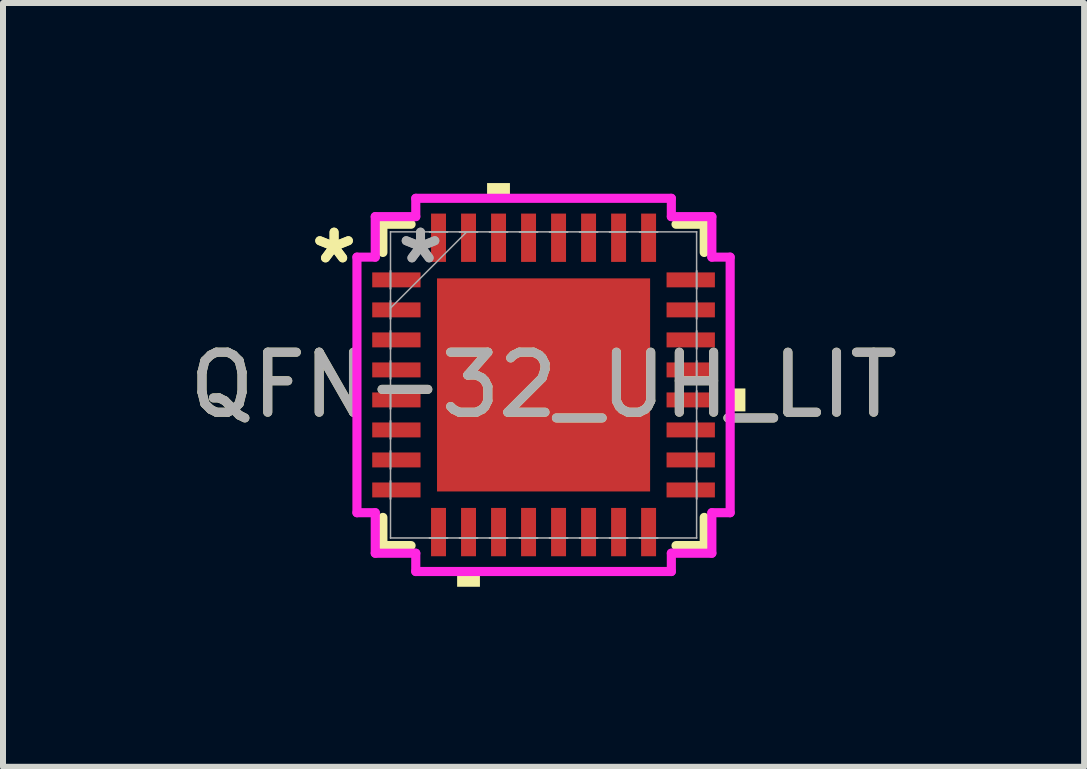
<source format=kicad_pcb>
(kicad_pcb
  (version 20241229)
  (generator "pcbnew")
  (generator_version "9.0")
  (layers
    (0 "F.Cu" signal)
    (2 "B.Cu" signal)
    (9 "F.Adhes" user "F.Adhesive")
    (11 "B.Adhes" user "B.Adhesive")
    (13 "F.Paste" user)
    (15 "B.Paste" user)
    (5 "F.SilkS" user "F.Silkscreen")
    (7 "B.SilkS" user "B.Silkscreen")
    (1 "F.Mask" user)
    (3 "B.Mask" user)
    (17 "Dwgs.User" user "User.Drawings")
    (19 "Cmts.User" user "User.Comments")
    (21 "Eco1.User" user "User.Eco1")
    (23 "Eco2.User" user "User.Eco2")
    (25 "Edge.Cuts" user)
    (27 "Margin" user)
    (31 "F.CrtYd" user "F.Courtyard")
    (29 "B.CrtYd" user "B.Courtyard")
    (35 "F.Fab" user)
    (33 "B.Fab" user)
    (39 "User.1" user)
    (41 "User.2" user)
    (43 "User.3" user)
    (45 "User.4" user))
  (footprint "QFN-32_UH_LIT"
    (layer "F.Cu")
    (at 6.006 3.363)
    (property "Reference" "QFN-32_UH_LIT" (at 0 0 0) (unlocked yes) (layer "F.SilkS") (effects (font (size 1 1) (thickness 0.15))))
    (attr smd)
    (fp_line (start -2.677 -2.677) (end -2.677 -2.207) (stroke (width 0.152) (type solid)) (layer "F.SilkS"))
    (fp_line (start -2.677 2.207) (end -2.677 2.677) (stroke (width 0.152) (type solid)) (layer "F.SilkS"))
    (fp_line (start -2.677 2.677) (end -2.207 2.677) (stroke (width 0.152) (type solid)) (layer "F.SilkS"))
    (fp_line (start -2.207 -2.677) (end -2.677 -2.677) (stroke (width 0.152) (type solid)) (layer "F.SilkS"))
    (fp_line (start 2.207 2.677) (end 2.677 2.677) (stroke (width 0.152) (type solid)) (layer "F.SilkS"))
    (fp_line (start 2.677 -2.677) (end 2.207 -2.677) (stroke (width 0.152) (type solid)) (layer "F.SilkS"))
    (fp_line (start 2.677 -2.207) (end 2.677 -2.677) (stroke (width 0.152) (type solid)) (layer "F.SilkS"))
    (fp_line (start 2.677 2.677) (end 2.677 2.207) (stroke (width 0.152) (type solid)) (layer "F.SilkS"))
    (fp_poly (pts (xy -1.44 3.109) (xy -1.44 3.363) (xy -1.06 3.363) (xy -1.06 3.109)) (stroke (width 0) (type solid)) (fill yes) (layer "F.SilkS"))
    (fp_poly (pts (xy -0.941 -3.109) (xy -0.941 -3.363) (xy -0.56 -3.363) (xy -0.56 -3.109)) (stroke (width 0) (type solid)) (fill yes) (layer "F.SilkS"))
    (fp_poly (pts (xy 3.363 0.059) (xy 3.363 0.441) (xy 3.109 0.441) (xy 3.109 0.059)) (stroke (width 0) (type solid)) (fill yes) (layer "F.SilkS"))
    (fp_poly (pts (xy -1.675 -1.675) (xy -1.675 -0.1) (xy -0.1 -0.1) (xy -0.1 -1.675)) (stroke (width 0) (type solid)) (fill yes) (layer "F.Paste"))
    (fp_poly (pts (xy -1.675 0.1) (xy -1.675 1.675) (xy -0.1 1.675) (xy -0.1 0.1)) (stroke (width 0) (type solid)) (fill yes) (layer "F.Paste"))
    (fp_poly (pts (xy 0.1 -1.675) (xy 0.1 -0.1) (xy 1.675 -0.1) (xy 1.675 -1.675)) (stroke (width 0) (type solid)) (fill yes) (layer "F.Paste"))
    (fp_poly (pts (xy 0.1 0.1) (xy 0.1 1.675) (xy 1.675 1.675) (xy 1.675 0.1)) (stroke (width 0) (type solid)) (fill yes) (layer "F.Paste"))
    (fp_line (start -3.109 -2.129) (end -2.804 -2.129) (stroke (width 0.152) (type solid)) (layer "F.CrtYd"))
    (fp_line (start -3.109 2.129) (end -3.109 -2.129) (stroke (width 0.152) (type solid)) (layer "F.CrtYd"))
    (fp_line (start -2.804 -2.804) (end -2.129 -2.804) (stroke (width 0.152) (type solid)) (layer "F.CrtYd"))
    (fp_line (start -2.804 -2.129) (end -2.804 -2.804) (stroke (width 0.152) (type solid)) (layer "F.CrtYd"))
    (fp_line (start -2.804 2.129) (end -3.109 2.129) (stroke (width 0.152) (type solid)) (layer "F.CrtYd"))
    (fp_line (start -2.804 2.804) (end -2.804 2.129) (stroke (width 0.152) (type solid)) (layer "F.CrtYd"))
    (fp_line (start -2.129 -3.109) (end 2.129 -3.109) (stroke (width 0.152) (type solid)) (layer "F.CrtYd"))
    (fp_line (start -2.129 -2.804) (end -2.129 -3.109) (stroke (width 0.152) (type solid)) (layer "F.CrtYd"))
    (fp_line (start -2.129 2.804) (end -2.804 2.804) (stroke (width 0.152) (type solid)) (layer "F.CrtYd"))
    (fp_line (start -2.129 3.109) (end -2.129 2.804) (stroke (width 0.152) (type solid)) (layer "F.CrtYd"))
    (fp_line (start 2.129 -3.109) (end 2.129 -2.804) (stroke (width 0.152) (type solid)) (layer "F.CrtYd"))
    (fp_line (start 2.129 -2.804) (end 2.804 -2.804) (stroke (width 0.152) (type solid)) (layer "F.CrtYd"))
    (fp_line (start 2.129 2.804) (end 2.129 3.109) (stroke (width 0.152) (type solid)) (layer "F.CrtYd"))
    (fp_line (start 2.129 3.109) (end -2.129 3.109) (stroke (width 0.152) (type solid)) (layer "F.CrtYd"))
    (fp_line (start 2.804 -2.804) (end 2.804 -2.129) (stroke (width 0.152) (type solid)) (layer "F.CrtYd"))
    (fp_line (start 2.804 -2.129) (end 3.109 -2.129) (stroke (width 0.152) (type solid)) (layer "F.CrtYd"))
    (fp_line (start 2.804 2.129) (end 2.804 2.804) (stroke (width 0.152) (type solid)) (layer "F.CrtYd"))
    (fp_line (start 2.804 2.804) (end 2.129 2.804) (stroke (width 0.152) (type solid)) (layer "F.CrtYd"))
    (fp_line (start 3.109 -2.129) (end 3.109 2.129) (stroke (width 0.152) (type solid)) (layer "F.CrtYd"))
    (fp_line (start 3.109 2.129) (end 2.804 2.129) (stroke (width 0.152) (type solid)) (layer "F.CrtYd"))
    (fp_line (start -2.55 -2.55) (end -2.55 -2.55) (stroke (width 0.025) (type solid)) (layer "F.Fab"))
    (fp_line (start -2.55 -2.55) (end -2.55 2.55) (stroke (width 0.025) (type solid)) (layer "F.Fab"))
    (fp_line (start -2.55 -1.9) (end -2.55 -1.9) (stroke (width 0.025) (type solid)) (layer "F.Fab"))
    (fp_line (start -2.55 -1.9) (end -2.55 -1.6) (stroke (width 0.025) (type solid)) (layer "F.Fab"))
    (fp_line (start -2.55 -1.6) (end -2.55 -1.9) (stroke (width 0.025) (type solid)) (layer "F.Fab"))
    (fp_line (start -2.55 -1.6) (end -2.55 -1.6) (stroke (width 0.025) (type solid)) (layer "F.Fab"))
    (fp_line (start -2.55 -1.4) (end -2.55 -1.4) (stroke (width 0.025) (type solid)) (layer "F.Fab"))
    (fp_line (start -2.55 -1.4) (end -2.55 -1.1) (stroke (width 0.025) (type solid)) (layer "F.Fab"))
    (fp_line (start -2.55 -1.28) (end -1.28 -2.55) (stroke (width 0.025) (type solid)) (layer "F.Fab"))
    (fp_line (start -2.55 -1.1) (end -2.55 -1.4) (stroke (width 0.025) (type solid)) (layer "F.Fab"))
    (fp_line (start -2.55 -1.1) (end -2.55 -1.1) (stroke (width 0.025) (type solid)) (layer "F.Fab"))
    (fp_line (start -2.55 -0.9) (end -2.55 -0.9) (stroke (width 0.025) (type solid)) (layer "F.Fab"))
    (fp_line (start -2.55 -0.9) (end -2.55 -0.6) (stroke (width 0.025) (type solid)) (layer "F.Fab"))
    (fp_line (start -2.55 -0.6) (end -2.55 -0.9) (stroke (width 0.025) (type solid)) (layer "F.Fab"))
    (fp_line (start -2.55 -0.6) (end -2.55 -0.6) (stroke (width 0.025) (type solid)) (layer "F.Fab"))
    (fp_line (start -2.55 -0.4) (end -2.55 -0.4) (stroke (width 0.025) (type solid)) (layer "F.Fab"))
    (fp_line (start -2.55 -0.4) (end -2.55 -0.1) (stroke (width 0.025) (type solid)) (layer "F.Fab"))
    (fp_line (start -2.55 -0.1) (end -2.55 -0.4) (stroke (width 0.025) (type solid)) (layer "F.Fab"))
    (fp_line (start -2.55 -0.1) (end -2.55 -0.1) (stroke (width 0.025) (type solid)) (layer "F.Fab"))
    (fp_line (start -2.55 0.1) (end -2.55 0.1) (stroke (width 0.025) (type solid)) (layer "F.Fab"))
    (fp_line (start -2.55 0.1) (end -2.55 0.4) (stroke (width 0.025) (type solid)) (layer "F.Fab"))
    (fp_line (start -2.55 0.4) (end -2.55 0.1) (stroke (width 0.025) (type solid)) (layer "F.Fab"))
    (fp_line (start -2.55 0.4) (end -2.55 0.4) (stroke (width 0.025) (type solid)) (layer "F.Fab"))
    (fp_line (start -2.55 0.6) (end -2.55 0.6) (stroke (width 0.025) (type solid)) (layer "F.Fab"))
    (fp_line (start -2.55 0.6) (end -2.55 0.9) (stroke (width 0.025) (type solid)) (layer "F.Fab"))
    (fp_line (start -2.55 0.9) (end -2.55 0.6) (stroke (width 0.025) (type solid)) (layer "F.Fab"))
    (fp_line (start -2.55 0.9) (end -2.55 0.9) (stroke (width 0.025) (type solid)) (layer "F.Fab"))
    (fp_line (start -2.55 1.1) (end -2.55 1.1) (stroke (width 0.025) (type solid)) (layer "F.Fab"))
    (fp_line (start -2.55 1.1) (end -2.55 1.4) (stroke (width 0.025) (type solid)) (layer "F.Fab"))
    (fp_line (start -2.55 1.4) (end -2.55 1.1) (stroke (width 0.025) (type solid)) (layer "F.Fab"))
    (fp_line (start -2.55 1.4) (end -2.55 1.4) (stroke (width 0.025) (type solid)) (layer "F.Fab"))
    (fp_line (start -2.55 1.6) (end -2.55 1.6) (stroke (width 0.025) (type solid)) (layer "F.Fab"))
    (fp_line (start -2.55 1.6) (end -2.55 1.9) (stroke (width 0.025) (type solid)) (layer "F.Fab"))
    (fp_line (start -2.55 1.9) (end -2.55 1.6) (stroke (width 0.025) (type solid)) (layer "F.Fab"))
    (fp_line (start -2.55 1.9) (end -2.55 1.9) (stroke (width 0.025) (type solid)) (layer "F.Fab"))
    (fp_line (start -2.55 2.55) (end -2.55 2.55) (stroke (width 0.025) (type solid)) (layer "F.Fab"))
    (fp_line (start -2.55 2.55) (end 2.55 2.55) (stroke (width 0.025) (type solid)) (layer "F.Fab"))
    (fp_line (start -1.9 -2.55) (end -1.9 -2.55) (stroke (width 0.025) (type solid)) (layer "F.Fab"))
    (fp_line (start -1.9 -2.55) (end -1.6 -2.55) (stroke (width 0.025) (type solid)) (layer "F.Fab"))
    (fp_line (start -1.9 2.55) (end -1.9 2.55) (stroke (width 0.025) (type solid)) (layer "F.Fab"))
    (fp_line (start -1.9 2.55) (end -1.6 2.55) (stroke (width 0.025) (type solid)) (layer "F.Fab"))
    (fp_line (start -1.6 -2.55) (end -1.9 -2.55) (stroke (width 0.025) (type solid)) (layer "F.Fab"))
    (fp_line (start -1.6 -2.55) (end -1.6 -2.55) (stroke (width 0.025) (type solid)) (layer "F.Fab"))
    (fp_line (start -1.6 2.55) (end -1.9 2.55) (stroke (width 0.025) (type solid)) (layer "F.Fab"))
    (fp_line (start -1.6 2.55) (end -1.6 2.55) (stroke (width 0.025) (type solid)) (layer "F.Fab"))
    (fp_line (start -1.4 -2.55) (end -1.4 -2.55) (stroke (width 0.025) (type solid)) (layer "F.Fab"))
    (fp_line (start -1.4 -2.55) (end -1.1 -2.55) (stroke (width 0.025) (type solid)) (layer "F.Fab"))
    (fp_line (start -1.4 2.55) (end -1.4 2.55) (stroke (width 0.025) (type solid)) (layer "F.Fab"))
    (fp_line (start -1.4 2.55) (end -1.1 2.55) (stroke (width 0.025) (type solid)) (layer "F.Fab"))
    (fp_line (start -1.1 -2.55) (end -1.4 -2.55) (stroke (width 0.025) (type solid)) (layer "F.Fab"))
    (fp_line (start -1.1 -2.55) (end -1.1 -2.55) (stroke (width 0.025) (type solid)) (layer "F.Fab"))
    (fp_line (start -1.1 2.55) (end -1.4 2.55) (stroke (width 0.025) (type solid)) (layer "F.Fab"))
    (fp_line (start -1.1 2.55) (end -1.1 2.55) (stroke (width 0.025) (type solid)) (layer "F.Fab"))
    (fp_line (start -0.9 -2.55) (end -0.9 -2.55) (stroke (width 0.025) (type solid)) (layer "F.Fab"))
    (fp_line (start -0.9 -2.55) (end -0.6 -2.55) (stroke (width 0.025) (type solid)) (layer "F.Fab"))
    (fp_line (start -0.9 2.55) (end -0.9 2.55) (stroke (width 0.025) (type solid)) (layer "F.Fab"))
    (fp_line (start -0.9 2.55) (end -0.6 2.55) (stroke (width 0.025) (type solid)) (layer "F.Fab"))
    (fp_line (start -0.6 -2.55) (end -0.9 -2.55) (stroke (width 0.025) (type solid)) (layer "F.Fab"))
    (fp_line (start -0.6 -2.55) (end -0.6 -2.55) (stroke (width 0.025) (type solid)) (layer "F.Fab"))
    (fp_line (start -0.6 2.55) (end -0.9 2.55) (stroke (width 0.025) (type solid)) (layer "F.Fab"))
    (fp_line (start -0.6 2.55) (end -0.6 2.55) (stroke (width 0.025) (type solid)) (layer "F.Fab"))
    (fp_line (start -0.4 -2.55) (end -0.4 -2.55) (stroke (width 0.025) (type solid)) (layer "F.Fab"))
    (fp_line (start -0.4 -2.55) (end -0.1 -2.55) (stroke (width 0.025) (type solid)) (layer "F.Fab"))
    (fp_line (start -0.4 2.55) (end -0.4 2.55) (stroke (width 0.025) (type solid)) (layer "F.Fab"))
    (fp_line (start -0.4 2.55) (end -0.1 2.55) (stroke (width 0.025) (type solid)) (layer "F.Fab"))
    (fp_line (start -0.1 -2.55) (end -0.4 -2.55) (stroke (width 0.025) (type solid)) (layer "F.Fab"))
    (fp_line (start -0.1 -2.55) (end -0.1 -2.55) (stroke (width 0.025) (type solid)) (layer "F.Fab"))
    (fp_line (start -0.1 2.55) (end -0.4 2.55) (stroke (width 0.025) (type solid)) (layer "F.Fab"))
    (fp_line (start -0.1 2.55) (end -0.1 2.55) (stroke (width 0.025) (type solid)) (layer "F.Fab"))
    (fp_line (start 0.1 -2.55) (end 0.1 -2.55) (stroke (width 0.025) (type solid)) (layer "F.Fab"))
    (fp_line (start 0.1 -2.55) (end 0.4 -2.55) (stroke (width 0.025) (type solid)) (layer "F.Fab"))
    (fp_line (start 0.1 2.55) (end 0.1 2.55) (stroke (width 0.025) (type solid)) (layer "F.Fab"))
    (fp_line (start 0.1 2.55) (end 0.4 2.55) (stroke (width 0.025) (type solid)) (layer "F.Fab"))
    (fp_line (start 0.4 -2.55) (end 0.1 -2.55) (stroke (width 0.025) (type solid)) (layer "F.Fab"))
    (fp_line (start 0.4 -2.55) (end 0.4 -2.55) (stroke (width 0.025) (type solid)) (layer "F.Fab"))
    (fp_line (start 0.4 2.55) (end 0.1 2.55) (stroke (width 0.025) (type solid)) (layer "F.Fab"))
    (fp_line (start 0.4 2.55) (end 0.4 2.55) (stroke (width 0.025) (type solid)) (layer "F.Fab"))
    (fp_line (start 0.6 -2.55) (end 0.6 -2.55) (stroke (width 0.025) (type solid)) (layer "F.Fab"))
    (fp_line (start 0.6 -2.55) (end 0.9 -2.55) (stroke (width 0.025) (type solid)) (layer "F.Fab"))
    (fp_line (start 0.6 2.55) (end 0.6 2.55) (stroke (width 0.025) (type solid)) (layer "F.Fab"))
    (fp_line (start 0.6 2.55) (end 0.9 2.55) (stroke (width 0.025) (type solid)) (layer "F.Fab"))
    (fp_line (start 0.9 -2.55) (end 0.6 -2.55) (stroke (width 0.025) (type solid)) (layer "F.Fab"))
    (fp_line (start 0.9 -2.55) (end 0.9 -2.55) (stroke (width 0.025) (type solid)) (layer "F.Fab"))
    (fp_line (start 0.9 2.55) (end 0.6 2.55) (stroke (width 0.025) (type solid)) (layer "F.Fab"))
    (fp_line (start 0.9 2.55) (end 0.9 2.55) (stroke (width 0.025) (type solid)) (layer "F.Fab"))
    (fp_line (start 1.1 -2.55) (end 1.1 -2.55) (stroke (width 0.025) (type solid)) (layer "F.Fab"))
    (fp_line (start 1.1 -2.55) (end 1.4 -2.55) (stroke (width 0.025) (type solid)) (layer "F.Fab"))
    (fp_line (start 1.1 2.55) (end 1.1 2.55) (stroke (width 0.025) (type solid)) (layer "F.Fab"))
    (fp_line (start 1.1 2.55) (end 1.4 2.55) (stroke (width 0.025) (type solid)) (layer "F.Fab"))
    (fp_line (start 1.4 -2.55) (end 1.1 -2.55) (stroke (width 0.025) (type solid)) (layer "F.Fab"))
    (fp_line (start 1.4 -2.55) (end 1.4 -2.55) (stroke (width 0.025) (type solid)) (layer "F.Fab"))
    (fp_line (start 1.4 2.55) (end 1.1 2.55) (stroke (width 0.025) (type solid)) (layer "F.Fab"))
    (fp_line (start 1.4 2.55) (end 1.4 2.55) (stroke (width 0.025) (type solid)) (layer "F.Fab"))
    (fp_line (start 1.6 -2.55) (end 1.6 -2.55) (stroke (width 0.025) (type solid)) (layer "F.Fab"))
    (fp_line (start 1.6 -2.55) (end 1.9 -2.55) (stroke (width 0.025) (type solid)) (layer "F.Fab"))
    (fp_line (start 1.6 2.55) (end 1.6 2.55) (stroke (width 0.025) (type solid)) (layer "F.Fab"))
    (fp_line (start 1.6 2.55) (end 1.9 2.55) (stroke (width 0.025) (type solid)) (layer "F.Fab"))
    (fp_line (start 1.9 -2.55) (end 1.6 -2.55) (stroke (width 0.025) (type solid)) (layer "F.Fab"))
    (fp_line (start 1.9 -2.55) (end 1.9 -2.55) (stroke (width 0.025) (type solid)) (layer "F.Fab"))
    (fp_line (start 1.9 2.55) (end 1.6 2.55) (stroke (width 0.025) (type solid)) (layer "F.Fab"))
    (fp_line (start 1.9 2.55) (end 1.9 2.55) (stroke (width 0.025) (type solid)) (layer "F.Fab"))
    (fp_line (start 2.55 -2.55) (end -2.55 -2.55) (stroke (width 0.025) (type solid)) (layer "F.Fab"))
    (fp_line (start 2.55 -2.55) (end 2.55 -2.55) (stroke (width 0.025) (type solid)) (layer "F.Fab"))
    (fp_line (start 2.55 -1.9) (end 2.55 -1.9) (stroke (width 0.025) (type solid)) (layer "F.Fab"))
    (fp_line (start 2.55 -1.9) (end 2.55 -1.6) (stroke (width 0.025) (type solid)) (layer "F.Fab"))
    (fp_line (start 2.55 -1.6) (end 2.55 -1.9) (stroke (width 0.025) (type solid)) (layer "F.Fab"))
    (fp_line (start 2.55 -1.6) (end 2.55 -1.6) (stroke (width 0.025) (type solid)) (layer "F.Fab"))
    (fp_line (start 2.55 -1.4) (end 2.55 -1.4) (stroke (width 0.025) (type solid)) (layer "F.Fab"))
    (fp_line (start 2.55 -1.4) (end 2.55 -1.1) (stroke (width 0.025) (type solid)) (layer "F.Fab"))
    (fp_line (start 2.55 -1.1) (end 2.55 -1.4) (stroke (width 0.025) (type solid)) (layer "F.Fab"))
    (fp_line (start 2.55 -1.1) (end 2.55 -1.1) (stroke (width 0.025) (type solid)) (layer "F.Fab"))
    (fp_line (start 2.55 -0.9) (end 2.55 -0.9) (stroke (width 0.025) (type solid)) (layer "F.Fab"))
    (fp_line (start 2.55 -0.9) (end 2.55 -0.6) (stroke (width 0.025) (type solid)) (layer "F.Fab"))
    (fp_line (start 2.55 -0.6) (end 2.55 -0.9) (stroke (width 0.025) (type solid)) (layer "F.Fab"))
    (fp_line (start 2.55 -0.6) (end 2.55 -0.6) (stroke (width 0.025) (type solid)) (layer "F.Fab"))
    (fp_line (start 2.55 -0.4) (end 2.55 -0.4) (stroke (width 0.025) (type solid)) (layer "F.Fab"))
    (fp_line (start 2.55 -0.4) (end 2.55 -0.1) (stroke (width 0.025) (type solid)) (layer "F.Fab"))
    (fp_line (start 2.55 -0.1) (end 2.55 -0.4) (stroke (width 0.025) (type solid)) (layer "F.Fab"))
    (fp_line (start 2.55 -0.1) (end 2.55 -0.1) (stroke (width 0.025) (type solid)) (layer "F.Fab"))
    (fp_line (start 2.55 0.1) (end 2.55 0.1) (stroke (width 0.025) (type solid)) (layer "F.Fab"))
    (fp_line (start 2.55 0.1) (end 2.55 0.4) (stroke (width 0.025) (type solid)) (layer "F.Fab"))
    (fp_line (start 2.55 0.4) (end 2.55 0.1) (stroke (width 0.025) (type solid)) (layer "F.Fab"))
    (fp_line (start 2.55 0.4) (end 2.55 0.4) (stroke (width 0.025) (type solid)) (layer "F.Fab"))
    (fp_line (start 2.55 0.6) (end 2.55 0.6) (stroke (width 0.025) (type solid)) (layer "F.Fab"))
    (fp_line (start 2.55 0.6) (end 2.55 0.9) (stroke (width 0.025) (type solid)) (layer "F.Fab"))
    (fp_line (start 2.55 0.9) (end 2.55 0.6) (stroke (width 0.025) (type solid)) (layer "F.Fab"))
    (fp_line (start 2.55 0.9) (end 2.55 0.9) (stroke (width 0.025) (type solid)) (layer "F.Fab"))
    (fp_line (start 2.55 1.1) (end 2.55 1.1) (stroke (width 0.025) (type solid)) (layer "F.Fab"))
    (fp_line (start 2.55 1.1) (end 2.55 1.4) (stroke (width 0.025) (type solid)) (layer "F.Fab"))
    (fp_line (start 2.55 1.4) (end 2.55 1.1) (stroke (width 0.025) (type solid)) (layer "F.Fab"))
    (fp_line (start 2.55 1.4) (end 2.55 1.4) (stroke (width 0.025) (type solid)) (layer "F.Fab"))
    (fp_line (start 2.55 1.6) (end 2.55 1.6) (stroke (width 0.025) (type solid)) (layer "F.Fab"))
    (fp_line (start 2.55 1.6) (end 2.55 1.9) (stroke (width 0.025) (type solid)) (layer "F.Fab"))
    (fp_line (start 2.55 1.9) (end 2.55 1.6) (stroke (width 0.025) (type solid)) (layer "F.Fab"))
    (fp_line (start 2.55 1.9) (end 2.55 1.9) (stroke (width 0.025) (type solid)) (layer "F.Fab"))
    (fp_line (start 2.55 2.55) (end 2.55 -2.55) (stroke (width 0.025) (type solid)) (layer "F.Fab"))
    (fp_line (start 2.55 2.55) (end 2.55 2.55) (stroke (width 0.025) (type solid)) (layer "F.Fab"))
    (fp_text user "*" (at -3.49 -2 0) (unlocked yes) (layer "F.SilkS") (effects (font (size 1 1) (thickness 0.15))))
    (fp_text user "*" (at -3.49 -2 0) (layer "F.SilkS") (effects (font (size 1 1) (thickness 0.15))))
    (fp_text user "*" (at -2.05 -2 0) (unlocked yes) (layer "F.Fab") (effects (font (size 1 1) (thickness 0.15))))
    (fp_text user "${REFERENCE}" (at 0 0 0) (unlocked yes) (layer "F.Fab") (effects (font (size 1 1) (thickness 0.15))))
    (fp_text user "*" (at -2.05 -2 0) (layer "F.Fab") (effects (font (size 1 1) (thickness 0.15))))
    (pad "1" smd rect (at -2.452 -1.75 90) (size 0.249 0.805) (layers "F.Cu" "F.Mask" "F.Paste"))
    (pad "2" smd rect (at -2.452 -1.25 90) (size 0.249 0.805) (layers "F.Cu" "F.Mask" "F.Paste"))
    (pad "3" smd rect (at -2.452 -0.75 90) (size 0.249 0.805) (layers "F.Cu" "F.Mask" "F.Paste"))
    (pad "4" smd rect (at -2.452 -0.25 90) (size 0.249 0.805) (layers "F.Cu" "F.Mask" "F.Paste"))
    (pad "5" smd rect (at -2.452 0.25 90) (size 0.249 0.805) (layers "F.Cu" "F.Mask" "F.Paste"))
    (pad "6" smd rect (at -2.452 0.75 90) (size 0.249 0.805) (layers "F.Cu" "F.Mask" "F.Paste"))
    (pad "7" smd rect (at -2.452 1.25 90) (size 0.249 0.805) (layers "F.Cu" "F.Mask" "F.Paste"))
    (pad "8" smd rect (at -2.452 1.75 90) (size 0.249 0.805) (layers "F.Cu" "F.Mask" "F.Paste"))
    (pad "9" smd rect (at -1.75 2.452) (size 0.249 0.805) (layers "F.Cu" "F.Mask" "F.Paste"))
    (pad "10" smd rect (at -1.25 2.452) (size 0.249 0.805) (layers "F.Cu" "F.Mask" "F.Paste"))
    (pad "11" smd rect (at -0.75 2.452) (size 0.249 0.805) (layers "F.Cu" "F.Mask" "F.Paste"))
    (pad "12" smd rect (at -0.25 2.452) (size 0.249 0.805) (layers "F.Cu" "F.Mask" "F.Paste"))
    (pad "13" smd rect (at 0.25 2.452) (size 0.249 0.805) (layers "F.Cu" "F.Mask" "F.Paste"))
    (pad "14" smd rect (at 0.75 2.452) (size 0.249 0.805) (layers "F.Cu" "F.Mask" "F.Paste"))
    (pad "15" smd rect (at 1.25 2.452) (size 0.249 0.805) (layers "F.Cu" "F.Mask" "F.Paste"))
    (pad "16" smd rect (at 1.75 2.452) (size 0.249 0.805) (layers "F.Cu" "F.Mask" "F.Paste"))
    (pad "17" smd rect (at 2.452 1.75 90) (size 0.249 0.805) (layers "F.Cu" "F.Mask" "F.Paste"))
    (pad "18" smd rect (at 2.452 1.25 90) (size 0.249 0.805) (layers "F.Cu" "F.Mask" "F.Paste"))
    (pad "19" smd rect (at 2.452 0.75 90) (size 0.249 0.805) (layers "F.Cu" "F.Mask" "F.Paste"))
    (pad "20" smd rect (at 2.452 0.25 90) (size 0.249 0.805) (layers "F.Cu" "F.Mask" "F.Paste"))
    (pad "21" smd rect (at 2.452 -0.25 90) (size 0.249 0.805) (layers "F.Cu" "F.Mask" "F.Paste"))
    (pad "22" smd rect (at 2.452 -0.75 90) (size 0.249 0.805) (layers "F.Cu" "F.Mask" "F.Paste"))
    (pad "23" smd rect (at 2.452 -1.25 90) (size 0.249 0.805) (layers "F.Cu" "F.Mask" "F.Paste"))
    (pad "24" smd rect (at 2.452 -1.75 90) (size 0.249 0.805) (layers "F.Cu" "F.Mask" "F.Paste"))
    (pad "25" smd rect (at 1.75 -2.452) (size 0.249 0.805) (layers "F.Cu" "F.Mask" "F.Paste"))
    (pad "26" smd rect (at 1.25 -2.452) (size 0.249 0.805) (layers "F.Cu" "F.Mask" "F.Paste"))
    (pad "27" smd rect (at 0.75 -2.452) (size 0.249 0.805) (layers "F.Cu" "F.Mask" "F.Paste"))
    (pad "28" smd rect (at 0.25 -2.452) (size 0.249 0.805) (layers "F.Cu" "F.Mask" "F.Paste"))
    (pad "29" smd rect (at -0.25 -2.452) (size 0.249 0.805) (layers "F.Cu" "F.Mask" "F.Paste"))
    (pad "30" smd rect (at -0.75 -2.452) (size 0.249 0.805) (layers "F.Cu" "F.Mask" "F.Paste"))
    (pad "31" smd rect (at -1.25 -2.452) (size 0.249 0.805) (layers "F.Cu" "F.Mask" "F.Paste"))
    (pad "32" smd rect (at -1.75 -2.452) (size 0.249 0.805) (layers "F.Cu" "F.Mask" "F.Paste"))
    (pad "33" smd rect (at 0 0) (size 3.55 3.55) (layers "F.Cu" "F.Mask")))
  (gr_rect
    (start -3 -3)
    (end 15.012 9.726)
    (stroke (width 0.1) (type default))
    (fill no)
    (layer "Edge.Cuts")))
</source>
